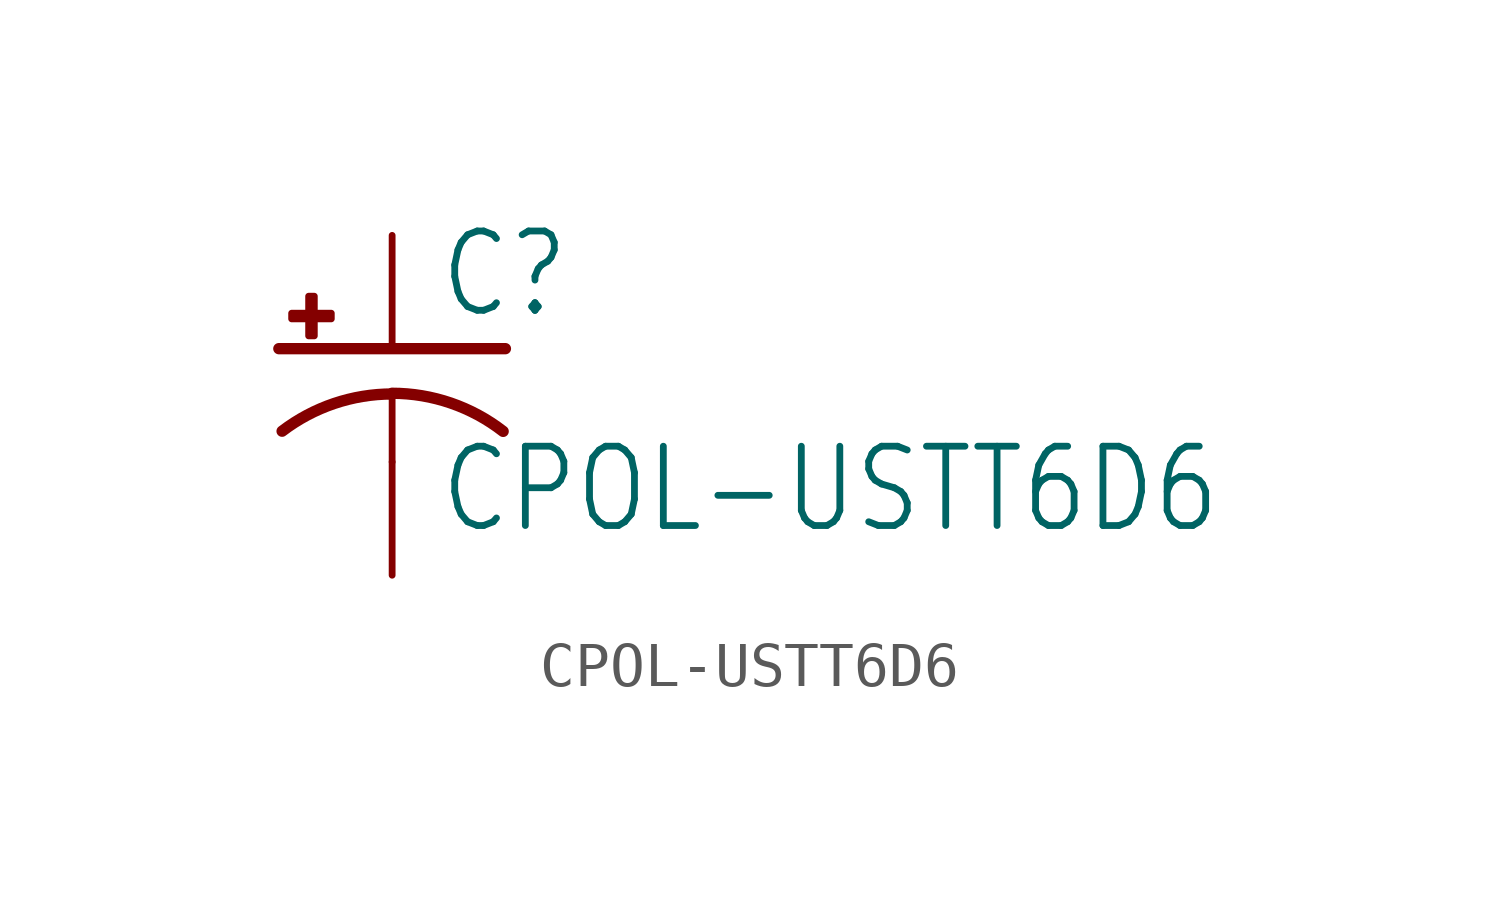
<source format=kicad_sym>
(kicad_symbol_lib
  (version 20220331)
  (generator kicad_symbol_editor)
  (symbol "CPOL-USTT6D6"
    (property "Reference" "C"
      (at 1.016 0.635 0)
      (effects (font (size 1.778 1.511)) (justify left bottom)))
    (property "Value" "CPOL-USTT6D6"
      (at 1.016 -4.191 0)
      (effects (font (size 1.778 1.511)) (justify left bottom)))
    (property "ki_locked" ""
      (at 0 0 0)
      (effects (font (size 1.27 1.27))))
    (symbol "CPOL-USTT6D6_1_0"
      (rectangle (start -2.253 0.668) (end -1.364 0.795) (stroke (width 0) (type default)) (fill (type outline)))
      (rectangle (start -1.872 0.287) (end -1.745 1.176) (stroke (width 0) (type default)) (fill (type outline)))
      (arc (start 0 -1.0161) (mid -1.3021 -1.2302) (end -2.4669 -1.8504) (stroke (width 0.254) (type solid)) (fill (type none)))
      (polyline (pts (xy -2.54 0) (xy 2.54 0)) (stroke (width 0.254) (type solid)) (fill (type none)))
      (polyline (pts (xy 0 -1.016) (xy 0 -2.54)) (stroke (width 0.152) (type solid)) (fill (type none)))
      (arc (start 2.4892 -1.8542) (mid 1.3158 -1.2195) (end 0 -1) (stroke (width 0.254) (type solid)) (fill (type none)))
      (pin passive line (at 0 2.54 270) (length 2.54) (name "+" (effects (font (size 0 0)))) (number "+" (effects (font (size 0 0)))))
      (pin passive line (at 0 -5.08 90) (length 2.54) (name "-" (effects (font (size 0 0)))) (number "-" (effects (font (size 0 0))))))))
</source>
